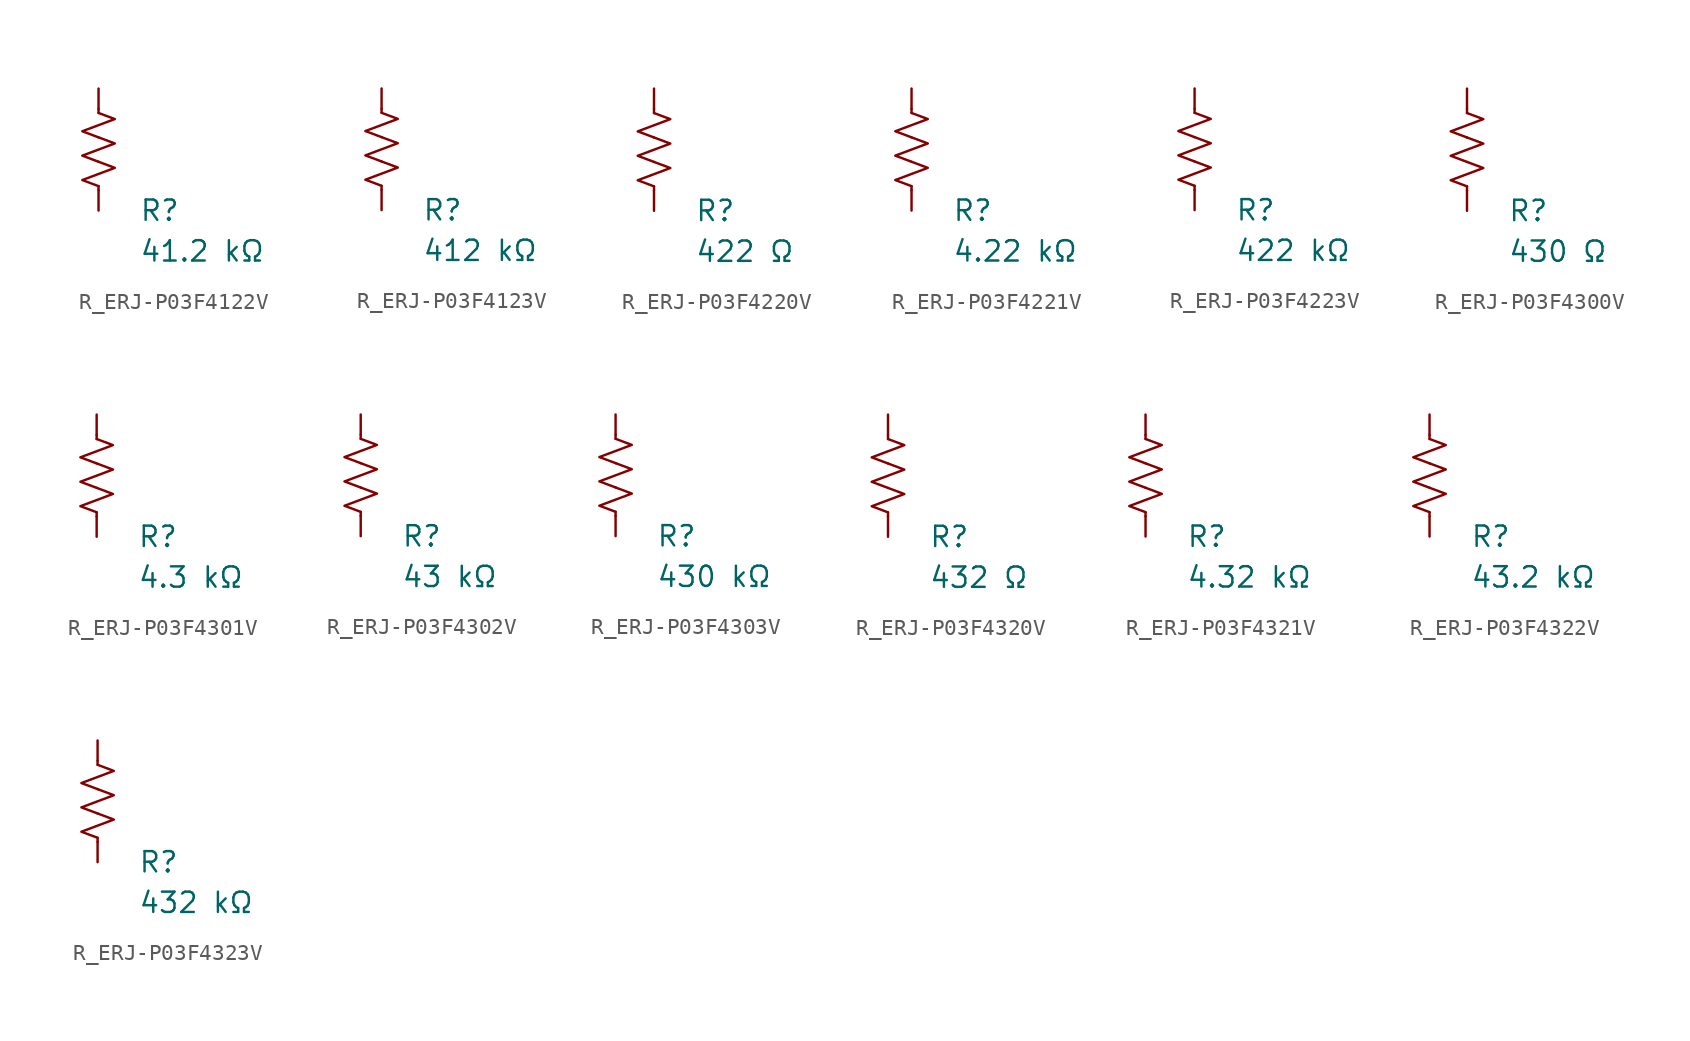
<source format=kicad_sym>
(kicad_symbol_lib
  (version 20231120)
  (generator "kicad_symbol_editor")
  (generator_version "8.0")
  (symbol "R_ERJ-P03F4122V"
    (pin_numbers hide)
    (pin_names
      (offset 0))
    (property "Reference" "R"
      (at 2.54 -3.81 0)
      (effects (font (size 1.27 1.27)) (justify left))
      (show_name no))
    (property "Value" "41.2 kΩ"
      (at 2.54 -6.35 0)
      (effects (font (size 1.27 1.27)) (justify left))
      (show_name no))
    (symbol "R_ERJ-P03F4122V_0_1"
      (polyline (pts (xy 0 -2.286) (xy 0 -2.54)) (stroke (width 0) (type default)) (fill (type none)))
      (polyline (pts (xy 0 2.286) (xy 0 2.54)) (stroke (width 0) (type default)) (fill (type none)))
      (polyline (pts (xy 0 -0.762) (xy 1.016 -1.143) (xy 0 -1.524) (xy -1.016 -1.905) (xy 0 -2.286)) (stroke (width 0) (type default)) (fill (type none)))
      (polyline (pts (xy 0 0.762) (xy 1.016 0.381) (xy 0 0) (xy -1.016 -0.381) (xy 0 -0.762)) (stroke (width 0) (type default)) (fill (type none)))
      (polyline (pts (xy 0 2.286) (xy 1.016 1.905) (xy 0 1.524) (xy -1.016 1.143) (xy 0 0.762)) (stroke (width 0) (type default)) (fill (type none))))
    (symbol "R_ERJ-P03F4122V_1_1"
      (pin passive line (at 0 3.81 270) (length 1.27) (name "~" (effects (font (size 1.27 1.27)))) (number "1" (effects (font (size 1.27 1.27)))))
      (pin passive line (at 0 -3.81 90) (length 1.27) (name "~" (effects (font (size 1.27 1.27)))) (number "2" (effects (font (size 1.27 1.27)))))))
  (symbol "R_ERJ-P03F4123V"
    (pin_numbers hide)
    (pin_names
      (offset 0))
    (property "Reference" "R"
      (at 2.54 -3.81 0)
      (effects (font (size 1.27 1.27)) (justify left))
      (show_name no))
    (property "Value" "412 kΩ"
      (at 2.54 -6.35 0)
      (effects (font (size 1.27 1.27)) (justify left))
      (show_name no))
    (symbol "R_ERJ-P03F4123V_0_1"
      (polyline (pts (xy 0 -2.286) (xy 0 -2.54)) (stroke (width 0) (type default)) (fill (type none)))
      (polyline (pts (xy 0 2.286) (xy 0 2.54)) (stroke (width 0) (type default)) (fill (type none)))
      (polyline (pts (xy 0 -0.762) (xy 1.016 -1.143) (xy 0 -1.524) (xy -1.016 -1.905) (xy 0 -2.286)) (stroke (width 0) (type default)) (fill (type none)))
      (polyline (pts (xy 0 0.762) (xy 1.016 0.381) (xy 0 0) (xy -1.016 -0.381) (xy 0 -0.762)) (stroke (width 0) (type default)) (fill (type none)))
      (polyline (pts (xy 0 2.286) (xy 1.016 1.905) (xy 0 1.524) (xy -1.016 1.143) (xy 0 0.762)) (stroke (width 0) (type default)) (fill (type none))))
    (symbol "R_ERJ-P03F4123V_1_1"
      (pin passive line (at 0 3.81 270) (length 1.27) (name "~" (effects (font (size 1.27 1.27)))) (number "1" (effects (font (size 1.27 1.27)))))
      (pin passive line (at 0 -3.81 90) (length 1.27) (name "~" (effects (font (size 1.27 1.27)))) (number "2" (effects (font (size 1.27 1.27)))))))
  (symbol "R_ERJ-P03F4220V"
    (pin_numbers hide)
    (pin_names
      (offset 0))
    (property "Reference" "R"
      (at 2.54 -3.81 0)
      (effects (font (size 1.27 1.27)) (justify left))
      (show_name no))
    (property "Value" "422 Ω"
      (at 2.54 -6.35 0)
      (effects (font (size 1.27 1.27)) (justify left))
      (show_name no))
    (symbol "R_ERJ-P03F4220V_0_1"
      (polyline (pts (xy 0 -2.286) (xy 0 -2.54)) (stroke (width 0) (type default)) (fill (type none)))
      (polyline (pts (xy 0 2.286) (xy 0 2.54)) (stroke (width 0) (type default)) (fill (type none)))
      (polyline (pts (xy 0 -0.762) (xy 1.016 -1.143) (xy 0 -1.524) (xy -1.016 -1.905) (xy 0 -2.286)) (stroke (width 0) (type default)) (fill (type none)))
      (polyline (pts (xy 0 0.762) (xy 1.016 0.381) (xy 0 0) (xy -1.016 -0.381) (xy 0 -0.762)) (stroke (width 0) (type default)) (fill (type none)))
      (polyline (pts (xy 0 2.286) (xy 1.016 1.905) (xy 0 1.524) (xy -1.016 1.143) (xy 0 0.762)) (stroke (width 0) (type default)) (fill (type none))))
    (symbol "R_ERJ-P03F4220V_1_1"
      (pin passive line (at 0 3.81 270) (length 1.27) (name "~" (effects (font (size 1.27 1.27)))) (number "1" (effects (font (size 1.27 1.27)))))
      (pin passive line (at 0 -3.81 90) (length 1.27) (name "~" (effects (font (size 1.27 1.27)))) (number "2" (effects (font (size 1.27 1.27)))))))
  (symbol "R_ERJ-P03F4221V"
    (pin_numbers hide)
    (pin_names
      (offset 0))
    (property "Reference" "R"
      (at 2.54 -3.81 0)
      (effects (font (size 1.27 1.27)) (justify left))
      (show_name no))
    (property "Value" "4.22 kΩ"
      (at 2.54 -6.35 0)
      (effects (font (size 1.27 1.27)) (justify left))
      (show_name no))
    (symbol "R_ERJ-P03F4221V_0_1"
      (polyline (pts (xy 0 -2.286) (xy 0 -2.54)) (stroke (width 0) (type default)) (fill (type none)))
      (polyline (pts (xy 0 2.286) (xy 0 2.54)) (stroke (width 0) (type default)) (fill (type none)))
      (polyline (pts (xy 0 -0.762) (xy 1.016 -1.143) (xy 0 -1.524) (xy -1.016 -1.905) (xy 0 -2.286)) (stroke (width 0) (type default)) (fill (type none)))
      (polyline (pts (xy 0 0.762) (xy 1.016 0.381) (xy 0 0) (xy -1.016 -0.381) (xy 0 -0.762)) (stroke (width 0) (type default)) (fill (type none)))
      (polyline (pts (xy 0 2.286) (xy 1.016 1.905) (xy 0 1.524) (xy -1.016 1.143) (xy 0 0.762)) (stroke (width 0) (type default)) (fill (type none))))
    (symbol "R_ERJ-P03F4221V_1_1"
      (pin passive line (at 0 3.81 270) (length 1.27) (name "~" (effects (font (size 1.27 1.27)))) (number "1" (effects (font (size 1.27 1.27)))))
      (pin passive line (at 0 -3.81 90) (length 1.27) (name "~" (effects (font (size 1.27 1.27)))) (number "2" (effects (font (size 1.27 1.27)))))))
  (symbol "R_ERJ-P03F4223V"
    (pin_numbers hide)
    (pin_names
      (offset 0))
    (property "Reference" "R"
      (at 2.54 -3.81 0)
      (effects (font (size 1.27 1.27)) (justify left))
      (show_name no))
    (property "Value" "422 kΩ"
      (at 2.54 -6.35 0)
      (effects (font (size 1.27 1.27)) (justify left))
      (show_name no))
    (symbol "R_ERJ-P03F4223V_0_1"
      (polyline (pts (xy 0 -2.286) (xy 0 -2.54)) (stroke (width 0) (type default)) (fill (type none)))
      (polyline (pts (xy 0 2.286) (xy 0 2.54)) (stroke (width 0) (type default)) (fill (type none)))
      (polyline (pts (xy 0 -0.762) (xy 1.016 -1.143) (xy 0 -1.524) (xy -1.016 -1.905) (xy 0 -2.286)) (stroke (width 0) (type default)) (fill (type none)))
      (polyline (pts (xy 0 0.762) (xy 1.016 0.381) (xy 0 0) (xy -1.016 -0.381) (xy 0 -0.762)) (stroke (width 0) (type default)) (fill (type none)))
      (polyline (pts (xy 0 2.286) (xy 1.016 1.905) (xy 0 1.524) (xy -1.016 1.143) (xy 0 0.762)) (stroke (width 0) (type default)) (fill (type none))))
    (symbol "R_ERJ-P03F4223V_1_1"
      (pin passive line (at 0 3.81 270) (length 1.27) (name "~" (effects (font (size 1.27 1.27)))) (number "1" (effects (font (size 1.27 1.27)))))
      (pin passive line (at 0 -3.81 90) (length 1.27) (name "~" (effects (font (size 1.27 1.27)))) (number "2" (effects (font (size 1.27 1.27)))))))
  (symbol "R_ERJ-P03F4300V"
    (pin_numbers hide)
    (pin_names
      (offset 0))
    (property "Reference" "R"
      (at 2.54 -3.81 0)
      (effects (font (size 1.27 1.27)) (justify left))
      (show_name no))
    (property "Value" "430 Ω"
      (at 2.54 -6.35 0)
      (effects (font (size 1.27 1.27)) (justify left))
      (show_name no))
    (symbol "R_ERJ-P03F4300V_0_1"
      (polyline (pts (xy 0 -2.286) (xy 0 -2.54)) (stroke (width 0) (type default)) (fill (type none)))
      (polyline (pts (xy 0 2.286) (xy 0 2.54)) (stroke (width 0) (type default)) (fill (type none)))
      (polyline (pts (xy 0 -0.762) (xy 1.016 -1.143) (xy 0 -1.524) (xy -1.016 -1.905) (xy 0 -2.286)) (stroke (width 0) (type default)) (fill (type none)))
      (polyline (pts (xy 0 0.762) (xy 1.016 0.381) (xy 0 0) (xy -1.016 -0.381) (xy 0 -0.762)) (stroke (width 0) (type default)) (fill (type none)))
      (polyline (pts (xy 0 2.286) (xy 1.016 1.905) (xy 0 1.524) (xy -1.016 1.143) (xy 0 0.762)) (stroke (width 0) (type default)) (fill (type none))))
    (symbol "R_ERJ-P03F4300V_1_1"
      (pin passive line (at 0 3.81 270) (length 1.27) (name "~" (effects (font (size 1.27 1.27)))) (number "1" (effects (font (size 1.27 1.27)))))
      (pin passive line (at 0 -3.81 90) (length 1.27) (name "~" (effects (font (size 1.27 1.27)))) (number "2" (effects (font (size 1.27 1.27)))))))
  (symbol "R_ERJ-P03F4301V"
    (pin_numbers hide)
    (pin_names
      (offset 0))
    (property "Reference" "R"
      (at 2.54 -3.81 0)
      (effects (font (size 1.27 1.27)) (justify left))
      (show_name no))
    (property "Value" "4.3 kΩ"
      (at 2.54 -6.35 0)
      (effects (font (size 1.27 1.27)) (justify left))
      (show_name no))
    (symbol "R_ERJ-P03F4301V_0_1"
      (polyline (pts (xy 0 -2.286) (xy 0 -2.54)) (stroke (width 0) (type default)) (fill (type none)))
      (polyline (pts (xy 0 2.286) (xy 0 2.54)) (stroke (width 0) (type default)) (fill (type none)))
      (polyline (pts (xy 0 -0.762) (xy 1.016 -1.143) (xy 0 -1.524) (xy -1.016 -1.905) (xy 0 -2.286)) (stroke (width 0) (type default)) (fill (type none)))
      (polyline (pts (xy 0 0.762) (xy 1.016 0.381) (xy 0 0) (xy -1.016 -0.381) (xy 0 -0.762)) (stroke (width 0) (type default)) (fill (type none)))
      (polyline (pts (xy 0 2.286) (xy 1.016 1.905) (xy 0 1.524) (xy -1.016 1.143) (xy 0 0.762)) (stroke (width 0) (type default)) (fill (type none))))
    (symbol "R_ERJ-P03F4301V_1_1"
      (pin passive line (at 0 3.81 270) (length 1.27) (name "~" (effects (font (size 1.27 1.27)))) (number "1" (effects (font (size 1.27 1.27)))))
      (pin passive line (at 0 -3.81 90) (length 1.27) (name "~" (effects (font (size 1.27 1.27)))) (number "2" (effects (font (size 1.27 1.27)))))))
  (symbol "R_ERJ-P03F4302V"
    (pin_numbers hide)
    (pin_names
      (offset 0))
    (property "Reference" "R"
      (at 2.54 -3.81 0)
      (effects (font (size 1.27 1.27)) (justify left))
      (show_name no))
    (property "Value" "43 kΩ"
      (at 2.54 -6.35 0)
      (effects (font (size 1.27 1.27)) (justify left))
      (show_name no))
    (symbol "R_ERJ-P03F4302V_0_1"
      (polyline (pts (xy 0 -2.286) (xy 0 -2.54)) (stroke (width 0) (type default)) (fill (type none)))
      (polyline (pts (xy 0 2.286) (xy 0 2.54)) (stroke (width 0) (type default)) (fill (type none)))
      (polyline (pts (xy 0 -0.762) (xy 1.016 -1.143) (xy 0 -1.524) (xy -1.016 -1.905) (xy 0 -2.286)) (stroke (width 0) (type default)) (fill (type none)))
      (polyline (pts (xy 0 0.762) (xy 1.016 0.381) (xy 0 0) (xy -1.016 -0.381) (xy 0 -0.762)) (stroke (width 0) (type default)) (fill (type none)))
      (polyline (pts (xy 0 2.286) (xy 1.016 1.905) (xy 0 1.524) (xy -1.016 1.143) (xy 0 0.762)) (stroke (width 0) (type default)) (fill (type none))))
    (symbol "R_ERJ-P03F4302V_1_1"
      (pin passive line (at 0 3.81 270) (length 1.27) (name "~" (effects (font (size 1.27 1.27)))) (number "1" (effects (font (size 1.27 1.27)))))
      (pin passive line (at 0 -3.81 90) (length 1.27) (name "~" (effects (font (size 1.27 1.27)))) (number "2" (effects (font (size 1.27 1.27)))))))
  (symbol "R_ERJ-P03F4303V"
    (pin_numbers hide)
    (pin_names
      (offset 0))
    (property "Reference" "R"
      (at 2.54 -3.81 0)
      (effects (font (size 1.27 1.27)) (justify left))
      (show_name no))
    (property "Value" "430 kΩ"
      (at 2.54 -6.35 0)
      (effects (font (size 1.27 1.27)) (justify left))
      (show_name no))
    (symbol "R_ERJ-P03F4303V_0_1"
      (polyline (pts (xy 0 -2.286) (xy 0 -2.54)) (stroke (width 0) (type default)) (fill (type none)))
      (polyline (pts (xy 0 2.286) (xy 0 2.54)) (stroke (width 0) (type default)) (fill (type none)))
      (polyline (pts (xy 0 -0.762) (xy 1.016 -1.143) (xy 0 -1.524) (xy -1.016 -1.905) (xy 0 -2.286)) (stroke (width 0) (type default)) (fill (type none)))
      (polyline (pts (xy 0 0.762) (xy 1.016 0.381) (xy 0 0) (xy -1.016 -0.381) (xy 0 -0.762)) (stroke (width 0) (type default)) (fill (type none)))
      (polyline (pts (xy 0 2.286) (xy 1.016 1.905) (xy 0 1.524) (xy -1.016 1.143) (xy 0 0.762)) (stroke (width 0) (type default)) (fill (type none))))
    (symbol "R_ERJ-P03F4303V_1_1"
      (pin passive line (at 0 3.81 270) (length 1.27) (name "~" (effects (font (size 1.27 1.27)))) (number "1" (effects (font (size 1.27 1.27)))))
      (pin passive line (at 0 -3.81 90) (length 1.27) (name "~" (effects (font (size 1.27 1.27)))) (number "2" (effects (font (size 1.27 1.27)))))))
  (symbol "R_ERJ-P03F4320V"
    (pin_numbers hide)
    (pin_names
      (offset 0))
    (property "Reference" "R"
      (at 2.54 -3.81 0)
      (effects (font (size 1.27 1.27)) (justify left))
      (show_name no))
    (property "Value" "432 Ω"
      (at 2.54 -6.35 0)
      (effects (font (size 1.27 1.27)) (justify left))
      (show_name no))
    (symbol "R_ERJ-P03F4320V_0_1"
      (polyline (pts (xy 0 -2.286) (xy 0 -2.54)) (stroke (width 0) (type default)) (fill (type none)))
      (polyline (pts (xy 0 2.286) (xy 0 2.54)) (stroke (width 0) (type default)) (fill (type none)))
      (polyline (pts (xy 0 -0.762) (xy 1.016 -1.143) (xy 0 -1.524) (xy -1.016 -1.905) (xy 0 -2.286)) (stroke (width 0) (type default)) (fill (type none)))
      (polyline (pts (xy 0 0.762) (xy 1.016 0.381) (xy 0 0) (xy -1.016 -0.381) (xy 0 -0.762)) (stroke (width 0) (type default)) (fill (type none)))
      (polyline (pts (xy 0 2.286) (xy 1.016 1.905) (xy 0 1.524) (xy -1.016 1.143) (xy 0 0.762)) (stroke (width 0) (type default)) (fill (type none))))
    (symbol "R_ERJ-P03F4320V_1_1"
      (pin passive line (at 0 3.81 270) (length 1.27) (name "~" (effects (font (size 1.27 1.27)))) (number "1" (effects (font (size 1.27 1.27)))))
      (pin passive line (at 0 -3.81 90) (length 1.27) (name "~" (effects (font (size 1.27 1.27)))) (number "2" (effects (font (size 1.27 1.27)))))))
  (symbol "R_ERJ-P03F4321V"
    (pin_numbers hide)
    (pin_names
      (offset 0))
    (property "Reference" "R"
      (at 2.54 -3.81 0)
      (effects (font (size 1.27 1.27)) (justify left))
      (show_name no))
    (property "Value" "4.32 kΩ"
      (at 2.54 -6.35 0)
      (effects (font (size 1.27 1.27)) (justify left))
      (show_name no))
    (symbol "R_ERJ-P03F4321V_0_1"
      (polyline (pts (xy 0 -2.286) (xy 0 -2.54)) (stroke (width 0) (type default)) (fill (type none)))
      (polyline (pts (xy 0 2.286) (xy 0 2.54)) (stroke (width 0) (type default)) (fill (type none)))
      (polyline (pts (xy 0 -0.762) (xy 1.016 -1.143) (xy 0 -1.524) (xy -1.016 -1.905) (xy 0 -2.286)) (stroke (width 0) (type default)) (fill (type none)))
      (polyline (pts (xy 0 0.762) (xy 1.016 0.381) (xy 0 0) (xy -1.016 -0.381) (xy 0 -0.762)) (stroke (width 0) (type default)) (fill (type none)))
      (polyline (pts (xy 0 2.286) (xy 1.016 1.905) (xy 0 1.524) (xy -1.016 1.143) (xy 0 0.762)) (stroke (width 0) (type default)) (fill (type none))))
    (symbol "R_ERJ-P03F4321V_1_1"
      (pin passive line (at 0 3.81 270) (length 1.27) (name "~" (effects (font (size 1.27 1.27)))) (number "1" (effects (font (size 1.27 1.27)))))
      (pin passive line (at 0 -3.81 90) (length 1.27) (name "~" (effects (font (size 1.27 1.27)))) (number "2" (effects (font (size 1.27 1.27)))))))
  (symbol "R_ERJ-P03F4322V"
    (pin_numbers hide)
    (pin_names
      (offset 0))
    (property "Reference" "R"
      (at 2.54 -3.81 0)
      (effects (font (size 1.27 1.27)) (justify left))
      (show_name no))
    (property "Value" "43.2 kΩ"
      (at 2.54 -6.35 0)
      (effects (font (size 1.27 1.27)) (justify left))
      (show_name no))
    (symbol "R_ERJ-P03F4322V_0_1"
      (polyline (pts (xy 0 -2.286) (xy 0 -2.54)) (stroke (width 0) (type default)) (fill (type none)))
      (polyline (pts (xy 0 2.286) (xy 0 2.54)) (stroke (width 0) (type default)) (fill (type none)))
      (polyline (pts (xy 0 -0.762) (xy 1.016 -1.143) (xy 0 -1.524) (xy -1.016 -1.905) (xy 0 -2.286)) (stroke (width 0) (type default)) (fill (type none)))
      (polyline (pts (xy 0 0.762) (xy 1.016 0.381) (xy 0 0) (xy -1.016 -0.381) (xy 0 -0.762)) (stroke (width 0) (type default)) (fill (type none)))
      (polyline (pts (xy 0 2.286) (xy 1.016 1.905) (xy 0 1.524) (xy -1.016 1.143) (xy 0 0.762)) (stroke (width 0) (type default)) (fill (type none))))
    (symbol "R_ERJ-P03F4322V_1_1"
      (pin passive line (at 0 3.81 270) (length 1.27) (name "~" (effects (font (size 1.27 1.27)))) (number "1" (effects (font (size 1.27 1.27)))))
      (pin passive line (at 0 -3.81 90) (length 1.27) (name "~" (effects (font (size 1.27 1.27)))) (number "2" (effects (font (size 1.27 1.27)))))))
  (symbol "R_ERJ-P03F4323V"
    (pin_numbers hide)
    (pin_names
      (offset 0))
    (property "Reference" "R"
      (at 2.54 -3.81 0)
      (effects (font (size 1.27 1.27)) (justify left))
      (show_name no))
    (property "Value" "432 kΩ"
      (at 2.54 -6.35 0)
      (effects (font (size 1.27 1.27)) (justify left))
      (show_name no))
    (symbol "R_ERJ-P03F4323V_0_1"
      (polyline (pts (xy 0 -2.286) (xy 0 -2.54)) (stroke (width 0) (type default)) (fill (type none)))
      (polyline (pts (xy 0 2.286) (xy 0 2.54)) (stroke (width 0) (type default)) (fill (type none)))
      (polyline (pts (xy 0 -0.762) (xy 1.016 -1.143) (xy 0 -1.524) (xy -1.016 -1.905) (xy 0 -2.286)) (stroke (width 0) (type default)) (fill (type none)))
      (polyline (pts (xy 0 0.762) (xy 1.016 0.381) (xy 0 0) (xy -1.016 -0.381) (xy 0 -0.762)) (stroke (width 0) (type default)) (fill (type none)))
      (polyline (pts (xy 0 2.286) (xy 1.016 1.905) (xy 0 1.524) (xy -1.016 1.143) (xy 0 0.762)) (stroke (width 0) (type default)) (fill (type none))))
    (symbol "R_ERJ-P03F4323V_1_1"
      (pin passive line (at 0 3.81 270) (length 1.27) (name "~" (effects (font (size 1.27 1.27)))) (number "1" (effects (font (size 1.27 1.27)))))
      (pin passive line (at 0 -3.81 90) (length 1.27) (name "~" (effects (font (size 1.27 1.27)))) (number "2" (effects (font (size 1.27 1.27))))))))
</source>
